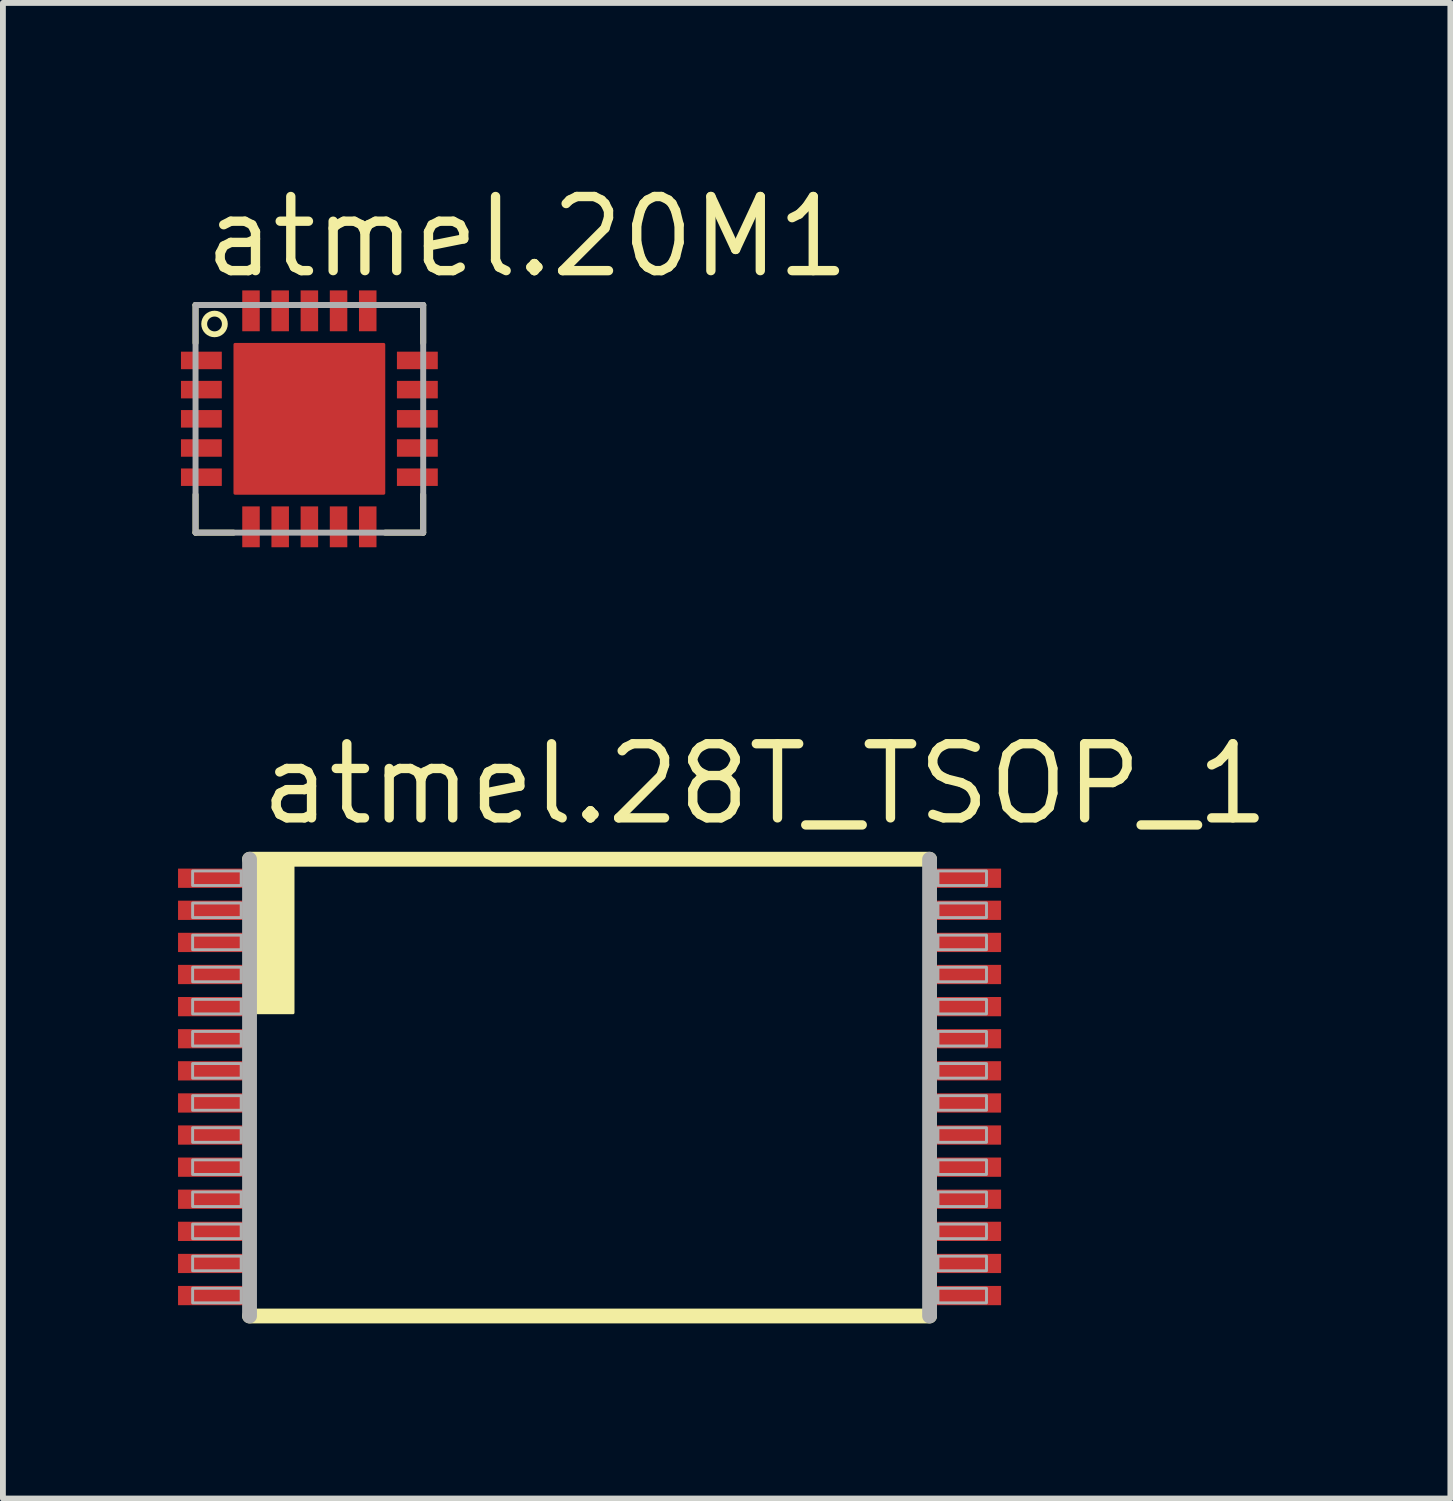
<source format=kicad_pcb>
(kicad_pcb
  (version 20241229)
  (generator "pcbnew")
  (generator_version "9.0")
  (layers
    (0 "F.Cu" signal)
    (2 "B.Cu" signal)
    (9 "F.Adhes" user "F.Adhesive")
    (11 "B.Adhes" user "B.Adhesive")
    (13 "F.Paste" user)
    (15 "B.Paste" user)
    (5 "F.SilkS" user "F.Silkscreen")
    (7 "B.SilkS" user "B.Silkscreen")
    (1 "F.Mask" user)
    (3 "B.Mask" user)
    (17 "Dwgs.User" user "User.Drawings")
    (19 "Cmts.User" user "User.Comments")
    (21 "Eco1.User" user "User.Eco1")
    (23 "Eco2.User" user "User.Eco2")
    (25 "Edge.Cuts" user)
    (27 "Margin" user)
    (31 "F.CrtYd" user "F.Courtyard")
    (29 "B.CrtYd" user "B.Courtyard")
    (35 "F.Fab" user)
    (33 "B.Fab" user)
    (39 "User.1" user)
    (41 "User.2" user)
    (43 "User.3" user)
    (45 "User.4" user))
  (footprint "atmel.20M1"
    (layer "F.Cu")
    (at 2.25 4.125)
    (property "Reference" "atmel.20M1" (at -1.875 -2.375 0) (layer "F.SilkS") (effects (font (size 1.27 1.27) (thickness 0.16)) (justify left bottom)))
    (attr smd)
    (fp_rect (start -2.225 -0.825) (end -1.475 -1.175) (stroke (width 0.05) (type default)) (fill yes) (layer "F.Mask"))
    (fp_rect (start -2.225 -0.325) (end -1.475 -0.675) (stroke (width 0.05) (type default)) (fill yes) (layer "F.Mask"))
    (fp_rect (start -2.225 0.175) (end -1.475 -0.175) (stroke (width 0.05) (type default)) (fill yes) (layer "F.Mask"))
    (fp_rect (start -2.225 0.675) (end -1.475 0.325) (stroke (width 0.05) (type default)) (fill yes) (layer "F.Mask"))
    (fp_rect (start -2.225 1.175) (end -1.475 0.825) (stroke (width 0.05) (type default)) (fill yes) (layer "F.Mask"))
    (fp_rect (start -1.325 1.325) (end 1.325 -1.325) (stroke (width 0.05) (type default)) (fill yes) (layer "F.Mask"))
    (fp_rect (start -1.175 -1.475) (end -0.825 -2.225) (stroke (width 0.05) (type default)) (fill yes) (layer "F.Mask"))
    (fp_rect (start -1.175 2.225) (end -0.825 1.475) (stroke (width 0.05) (type default)) (fill yes) (layer "F.Mask"))
    (fp_rect (start -0.675 -1.475) (end -0.325 -2.225) (stroke (width 0.05) (type default)) (fill yes) (layer "F.Mask"))
    (fp_rect (start -0.675 2.225) (end -0.325 1.475) (stroke (width 0.05) (type default)) (fill yes) (layer "F.Mask"))
    (fp_rect (start -0.175 -1.475) (end 0.175 -2.225) (stroke (width 0.05) (type default)) (fill yes) (layer "F.Mask"))
    (fp_rect (start -0.175 2.225) (end 0.175 1.475) (stroke (width 0.05) (type default)) (fill yes) (layer "F.Mask"))
    (fp_rect (start 0.325 -1.475) (end 0.675 -2.225) (stroke (width 0.05) (type default)) (fill yes) (layer "F.Mask"))
    (fp_rect (start 0.325 2.225) (end 0.675 1.475) (stroke (width 0.05) (type default)) (fill yes) (layer "F.Mask"))
    (fp_rect (start 0.825 -1.475) (end 1.175 -2.225) (stroke (width 0.05) (type default)) (fill yes) (layer "F.Mask"))
    (fp_rect (start 0.825 2.225) (end 1.175 1.475) (stroke (width 0.05) (type default)) (fill yes) (layer "F.Mask"))
    (fp_rect (start 1.475 -0.825) (end 2.225 -1.175) (stroke (width 0.05) (type default)) (fill yes) (layer "F.Mask"))
    (fp_rect (start 1.475 -0.325) (end 2.225 -0.675) (stroke (width 0.05) (type default)) (fill yes) (layer "F.Mask"))
    (fp_rect (start 1.475 0.175) (end 2.225 -0.175) (stroke (width 0.05) (type default)) (fill yes) (layer "F.Mask"))
    (fp_rect (start 1.475 0.675) (end 2.225 0.325) (stroke (width 0.05) (type default)) (fill yes) (layer "F.Mask"))
    (fp_rect (start 1.475 1.175) (end 2.225 0.825) (stroke (width 0.05) (type default)) (fill yes) (layer "F.Mask"))
    (fp_line (start -1.95 -1.95) (end -1.3 -1.95) (stroke (width 0.102) (type default)) (layer "F.SilkS"))
    (fp_line (start -1.95 -1.3) (end -1.95 -1.95) (stroke (width 0.102) (type default)) (layer "F.SilkS"))
    (fp_line (start -1.95 1.95) (end -1.95 1.3) (stroke (width 0.102) (type default)) (layer "F.SilkS"))
    (fp_line (start -1.3 1.95) (end -1.95 1.95) (stroke (width 0.102) (type default)) (layer "F.SilkS"))
    (fp_line (start 1.3 -1.95) (end 1.95 -1.95) (stroke (width 0.102) (type default)) (layer "F.SilkS"))
    (fp_line (start 1.95 -1.95) (end 1.95 -1.3) (stroke (width 0.102) (type default)) (layer "F.SilkS"))
    (fp_line (start 1.95 1.3) (end 1.95 1.95) (stroke (width 0.102) (type default)) (layer "F.SilkS"))
    (fp_line (start 1.95 1.95) (end 1.3 1.95) (stroke (width 0.102) (type default)) (layer "F.SilkS"))
    (fp_circle (center -1.625 -1.625) (end -1.448 -1.625) (stroke (width 0.1) (type default)) (fill no) (layer "F.SilkS"))
    (fp_rect (start -2.175 -0.875) (end -1.525 -1.125) (stroke (width 0.05) (type default)) (fill yes) (layer "F.Paste"))
    (fp_rect (start -2.175 -0.375) (end -1.525 -0.625) (stroke (width 0.05) (type default)) (fill yes) (layer "F.Paste"))
    (fp_rect (start -2.175 0.125) (end -1.525 -0.125) (stroke (width 0.05) (type default)) (fill yes) (layer "F.Paste"))
    (fp_rect (start -2.175 0.625) (end -1.525 0.375) (stroke (width 0.05) (type default)) (fill yes) (layer "F.Paste"))
    (fp_rect (start -2.175 1.125) (end -1.525 0.875) (stroke (width 0.05) (type default)) (fill yes) (layer "F.Paste"))
    (fp_rect (start -1.125 -1.525) (end -0.875 -2.175) (stroke (width 0.05) (type default)) (fill yes) (layer "F.Paste"))
    (fp_rect (start -1.125 1.125) (end 1.125 -1.125) (stroke (width 0.05) (type default)) (fill yes) (layer "F.Paste"))
    (fp_rect (start -1.125 2.175) (end -0.875 1.525) (stroke (width 0.05) (type default)) (fill yes) (layer "F.Paste"))
    (fp_rect (start -0.625 -1.525) (end -0.375 -2.175) (stroke (width 0.05) (type default)) (fill yes) (layer "F.Paste"))
    (fp_rect (start -0.625 2.175) (end -0.375 1.525) (stroke (width 0.05) (type default)) (fill yes) (layer "F.Paste"))
    (fp_rect (start -0.125 -1.525) (end 0.125 -2.175) (stroke (width 0.05) (type default)) (fill yes) (layer "F.Paste"))
    (fp_rect (start -0.125 2.175) (end 0.125 1.525) (stroke (width 0.05) (type default)) (fill yes) (layer "F.Paste"))
    (fp_rect (start 0.375 -1.525) (end 0.625 -2.175) (stroke (width 0.05) (type default)) (fill yes) (layer "F.Paste"))
    (fp_rect (start 0.375 2.175) (end 0.625 1.525) (stroke (width 0.05) (type default)) (fill yes) (layer "F.Paste"))
    (fp_rect (start 0.875 -1.525) (end 1.125 -2.175) (stroke (width 0.05) (type default)) (fill yes) (layer "F.Paste"))
    (fp_rect (start 0.875 2.175) (end 1.125 1.525) (stroke (width 0.05) (type default)) (fill yes) (layer "F.Paste"))
    (fp_rect (start 1.525 -0.875) (end 2.175 -1.125) (stroke (width 0.05) (type default)) (fill yes) (layer "F.Paste"))
    (fp_rect (start 1.525 -0.375) (end 2.175 -0.625) (stroke (width 0.05) (type default)) (fill yes) (layer "F.Paste"))
    (fp_rect (start 1.525 0.125) (end 2.175 -0.125) (stroke (width 0.05) (type default)) (fill yes) (layer "F.Paste"))
    (fp_rect (start 1.525 0.625) (end 2.175 0.375) (stroke (width 0.05) (type default)) (fill yes) (layer "F.Paste"))
    (fp_rect (start 1.525 1.125) (end 2.175 0.875) (stroke (width 0.05) (type default)) (fill yes) (layer "F.Paste"))
    (fp_line (start -1.95 -1.95) (end 1.95 -1.95) (stroke (width 0.102) (type default)) (layer "F.Fab"))
    (fp_line (start -1.95 1.95) (end -1.95 -1.95) (stroke (width 0.102) (type default)) (layer "F.Fab"))
    (fp_line (start 1.95 -1.95) (end 1.95 1.95) (stroke (width 0.102) (type default)) (layer "F.Fab"))
    (fp_line (start 1.95 1.95) (end -1.95 1.95) (stroke (width 0.102) (type default)) (layer "F.Fab"))
    (pad "1" smd roundrect (at -1.85 -1) (size 0.7 0.3) (layers "F.Cu" "F.Mask" "F.Paste") (roundrect_rratio 0.01))
    (pad "2" smd roundrect (at -1.85 -0.5) (size 0.7 0.3) (layers "F.Cu" "F.Mask" "F.Paste") (roundrect_rratio 0.01))
    (pad "3" smd roundrect (at -1.85 0) (size 0.7 0.3) (layers "F.Cu" "F.Mask" "F.Paste") (roundrect_rratio 0.01))
    (pad "4" smd roundrect (at -1.85 0.5) (size 0.7 0.3) (layers "F.Cu" "F.Mask" "F.Paste") (roundrect_rratio 0.01))
    (pad "5" smd roundrect (at -1.85 1) (size 0.7 0.3) (layers "F.Cu" "F.Mask" "F.Paste") (roundrect_rratio 0.01))
    (pad "6" smd roundrect (at -1 1.85 90) (size 0.7 0.3) (layers "F.Cu" "F.Mask" "F.Paste") (roundrect_rratio 0.01))
    (pad "7" smd roundrect (at -0.5 1.85 90) (size 0.7 0.3) (layers "F.Cu" "F.Mask" "F.Paste") (roundrect_rratio 0.01))
    (pad "8" smd roundrect (at 0 1.85 90) (size 0.7 0.3) (layers "F.Cu" "F.Mask" "F.Paste") (roundrect_rratio 0.01))
    (pad "9" smd roundrect (at 0.5 1.85 90) (size 0.7 0.3) (layers "F.Cu" "F.Mask" "F.Paste") (roundrect_rratio 0.01))
    (pad "10" smd roundrect (at 1 1.85 90) (size 0.7 0.3) (layers "F.Cu" "F.Mask" "F.Paste") (roundrect_rratio 0.01))
    (pad "11" smd roundrect (at 1.85 1 180) (size 0.7 0.3) (layers "F.Cu" "F.Mask" "F.Paste") (roundrect_rratio 0.01))
    (pad "12" smd roundrect (at 1.85 0.5 180) (size 0.7 0.3) (layers "F.Cu" "F.Mask" "F.Paste") (roundrect_rratio 0.01))
    (pad "13" smd roundrect (at 1.85 0 180) (size 0.7 0.3) (layers "F.Cu" "F.Mask" "F.Paste") (roundrect_rratio 0.01))
    (pad "14" smd roundrect (at 1.85 -0.5 180) (size 0.7 0.3) (layers "F.Cu" "F.Mask" "F.Paste") (roundrect_rratio 0.01))
    (pad "15" smd roundrect (at 1.85 -1 180) (size 0.7 0.3) (layers "F.Cu" "F.Mask" "F.Paste") (roundrect_rratio 0.01))
    (pad "16" smd roundrect (at 1 -1.85 270) (size 0.7 0.3) (layers "F.Cu" "F.Mask" "F.Paste") (roundrect_rratio 0.01))
    (pad "17" smd roundrect (at 0.5 -1.85 270) (size 0.7 0.3) (layers "F.Cu" "F.Mask" "F.Paste") (roundrect_rratio 0.01))
    (pad "18" smd roundrect (at 0 -1.85 270) (size 0.7 0.3) (layers "F.Cu" "F.Mask" "F.Paste") (roundrect_rratio 0.01))
    (pad "19" smd roundrect (at -0.5 -1.85 270) (size 0.7 0.3) (layers "F.Cu" "F.Mask" "F.Paste") (roundrect_rratio 0.01))
    (pad "20" smd roundrect (at -1 -1.85 270) (size 0.7 0.3) (layers "F.Cu" "F.Mask" "F.Paste") (roundrect_rratio 0.01))
    (pad "21" smd roundrect (at 0 0) (size 2.6 2.6) (layers "F.Cu" "F.Mask" "F.Paste") (roundrect_rratio 0.01)))
  (footprint "atmel.28T_TSOP_1"
    (layer "F.Cu")
    (at 7.05 15.57)
    (property "Reference" "atmel.28T_TSOP_1" (at -5.715 -4.445 0) (layer "F.SilkS") (effects (font (size 1.27 1.27) (thickness 0.16)) (justify left bottom)))
    (attr smd)
    (fp_line (start -5.825 -3.9) (end 5.825 -3.9) (stroke (width 0.254) (type default)) (layer "F.SilkS"))
    (fp_line (start 5.825 3.925) (end -5.825 3.925) (stroke (width 0.254) (type default)) (layer "F.SilkS"))
    (fp_rect (start -5.715 -1.27) (end -5.08 -3.81) (stroke (width 0.05) (type default)) (fill yes) (layer "F.SilkS"))
    (fp_line (start -5.825 3.925) (end -5.825 -3.9) (stroke (width 0.254) (type default)) (layer "F.Fab"))
    (fp_line (start 5.825 -3.9) (end 5.825 3.925) (stroke (width 0.254) (type default)) (layer "F.Fab"))
    (fp_rect (start -6.8 -3.45) (end -5.968 -3.7) (stroke (width 0.05) (type default)) (fill no) (layer "F.Fab"))
    (fp_rect (start -6.8 -2.9) (end -5.968 -3.15) (stroke (width 0.05) (type default)) (fill no) (layer "F.Fab"))
    (fp_rect (start -6.8 -2.35) (end -5.968 -2.6) (stroke (width 0.05) (type default)) (fill no) (layer "F.Fab"))
    (fp_rect (start -6.8 -1.8) (end -5.968 -2.05) (stroke (width 0.05) (type default)) (fill no) (layer "F.Fab"))
    (fp_rect (start -6.8 -1.25) (end -5.968 -1.5) (stroke (width 0.05) (type default)) (fill no) (layer "F.Fab"))
    (fp_rect (start -6.8 -0.7) (end -5.968 -0.95) (stroke (width 0.05) (type default)) (fill no) (layer "F.Fab"))
    (fp_rect (start -6.8 -0.15) (end -5.968 -0.4) (stroke (width 0.05) (type default)) (fill no) (layer "F.Fab"))
    (fp_rect (start -6.8 0.4) (end -5.968 0.15) (stroke (width 0.05) (type default)) (fill no) (layer "F.Fab"))
    (fp_rect (start -6.8 0.95) (end -5.968 0.7) (stroke (width 0.05) (type default)) (fill no) (layer "F.Fab"))
    (fp_rect (start -6.8 1.5) (end -5.968 1.25) (stroke (width 0.05) (type default)) (fill no) (layer "F.Fab"))
    (fp_rect (start -6.8 2.05) (end -5.968 1.8) (stroke (width 0.05) (type default)) (fill no) (layer "F.Fab"))
    (fp_rect (start -6.8 2.6) (end -5.968 2.35) (stroke (width 0.05) (type default)) (fill no) (layer "F.Fab"))
    (fp_rect (start -6.8 3.15) (end -5.968 2.9) (stroke (width 0.05) (type default)) (fill no) (layer "F.Fab"))
    (fp_rect (start -6.8 3.7) (end -5.968 3.45) (stroke (width 0.05) (type default)) (fill no) (layer "F.Fab"))
    (fp_rect (start 5.968 -3.45) (end 6.8 -3.7) (stroke (width 0.05) (type default)) (fill no) (layer "F.Fab"))
    (fp_rect (start 5.968 -2.9) (end 6.8 -3.15) (stroke (width 0.05) (type default)) (fill no) (layer "F.Fab"))
    (fp_rect (start 5.968 -2.35) (end 6.8 -2.6) (stroke (width 0.05) (type default)) (fill no) (layer "F.Fab"))
    (fp_rect (start 5.968 -1.8) (end 6.8 -2.05) (stroke (width 0.05) (type default)) (fill no) (layer "F.Fab"))
    (fp_rect (start 5.968 -1.25) (end 6.8 -1.5) (stroke (width 0.05) (type default)) (fill no) (layer "F.Fab"))
    (fp_rect (start 5.968 -0.7) (end 6.8 -0.95) (stroke (width 0.05) (type default)) (fill no) (layer "F.Fab"))
    (fp_rect (start 5.968 -0.15) (end 6.8 -0.4) (stroke (width 0.05) (type default)) (fill no) (layer "F.Fab"))
    (fp_rect (start 5.968 0.4) (end 6.8 0.15) (stroke (width 0.05) (type default)) (fill no) (layer "F.Fab"))
    (fp_rect (start 5.968 0.95) (end 6.8 0.7) (stroke (width 0.05) (type default)) (fill no) (layer "F.Fab"))
    (fp_rect (start 5.968 1.5) (end 6.8 1.25) (stroke (width 0.05) (type default)) (fill no) (layer "F.Fab"))
    (fp_rect (start 5.968 2.05) (end 6.8 1.8) (stroke (width 0.05) (type default)) (fill no) (layer "F.Fab"))
    (fp_rect (start 5.968 2.6) (end 6.8 2.35) (stroke (width 0.05) (type default)) (fill no) (layer "F.Fab"))
    (fp_rect (start 5.968 3.15) (end 6.8 2.9) (stroke (width 0.05) (type default)) (fill no) (layer "F.Fab"))
    (fp_rect (start 5.968 3.7) (end 6.8 3.45) (stroke (width 0.05) (type default)) (fill no) (layer "F.Fab"))
    (pad "1" smd roundrect (at -6.45 -3.575) (size 1.2 0.33) (layers "F.Cu" "F.Mask" "F.Paste") (roundrect_rratio 0.01))
    (pad "2" smd roundrect (at -6.45 -3.025) (size 1.2 0.33) (layers "F.Cu" "F.Mask" "F.Paste") (roundrect_rratio 0.01))
    (pad "3" smd roundrect (at -6.45 -2.475) (size 1.2 0.33) (layers "F.Cu" "F.Mask" "F.Paste") (roundrect_rratio 0.01))
    (pad "4" smd roundrect (at -6.45 -1.925) (size 1.2 0.33) (layers "F.Cu" "F.Mask" "F.Paste") (roundrect_rratio 0.01))
    (pad "5" smd roundrect (at -6.45 -1.375) (size 1.2 0.33) (layers "F.Cu" "F.Mask" "F.Paste") (roundrect_rratio 0.01))
    (pad "6" smd roundrect (at -6.45 -0.825) (size 1.2 0.33) (layers "F.Cu" "F.Mask" "F.Paste") (roundrect_rratio 0.01))
    (pad "7" smd roundrect (at -6.45 -0.275) (size 1.2 0.33) (layers "F.Cu" "F.Mask" "F.Paste") (roundrect_rratio 0.01))
    (pad "8" smd roundrect (at -6.45 0.275) (size 1.2 0.33) (layers "F.Cu" "F.Mask" "F.Paste") (roundrect_rratio 0.01))
    (pad "9" smd roundrect (at -6.45 0.825) (size 1.2 0.33) (layers "F.Cu" "F.Mask" "F.Paste") (roundrect_rratio 0.01))
    (pad "10" smd roundrect (at -6.45 1.375) (size 1.2 0.33) (layers "F.Cu" "F.Mask" "F.Paste") (roundrect_rratio 0.01))
    (pad "11" smd roundrect (at -6.45 1.925) (size 1.2 0.33) (layers "F.Cu" "F.Mask" "F.Paste") (roundrect_rratio 0.01))
    (pad "12" smd roundrect (at -6.45 2.475) (size 1.2 0.33) (layers "F.Cu" "F.Mask" "F.Paste") (roundrect_rratio 0.01))
    (pad "13" smd roundrect (at -6.45 3.025) (size 1.2 0.33) (layers "F.Cu" "F.Mask" "F.Paste") (roundrect_rratio 0.01))
    (pad "14" smd roundrect (at -6.45 3.575) (size 1.2 0.33) (layers "F.Cu" "F.Mask" "F.Paste") (roundrect_rratio 0.01))
    (pad "15" smd roundrect (at 6.45 3.575 180) (size 1.2 0.33) (layers "F.Cu" "F.Mask" "F.Paste") (roundrect_rratio 0.01))
    (pad "16" smd roundrect (at 6.45 3.025 180) (size 1.2 0.33) (layers "F.Cu" "F.Mask" "F.Paste") (roundrect_rratio 0.01))
    (pad "17" smd roundrect (at 6.45 2.475 180) (size 1.2 0.33) (layers "F.Cu" "F.Mask" "F.Paste") (roundrect_rratio 0.01))
    (pad "18" smd roundrect (at 6.45 1.925 180) (size 1.2 0.33) (layers "F.Cu" "F.Mask" "F.Paste") (roundrect_rratio 0.01))
    (pad "19" smd roundrect (at 6.45 1.375 180) (size 1.2 0.33) (layers "F.Cu" "F.Mask" "F.Paste") (roundrect_rratio 0.01))
    (pad "20" smd roundrect (at 6.45 0.825 180) (size 1.2 0.33) (layers "F.Cu" "F.Mask" "F.Paste") (roundrect_rratio 0.01))
    (pad "21" smd roundrect (at 6.45 0.275 180) (size 1.2 0.33) (layers "F.Cu" "F.Mask" "F.Paste") (roundrect_rratio 0.01))
    (pad "22" smd roundrect (at 6.45 -0.275 180) (size 1.2 0.33) (layers "F.Cu" "F.Mask" "F.Paste") (roundrect_rratio 0.01))
    (pad "23" smd roundrect (at 6.45 -0.825 180) (size 1.2 0.33) (layers "F.Cu" "F.Mask" "F.Paste") (roundrect_rratio 0.01))
    (pad "24" smd roundrect (at 6.45 -1.375 180) (size 1.2 0.33) (layers "F.Cu" "F.Mask" "F.Paste") (roundrect_rratio 0.01))
    (pad "25" smd roundrect (at 6.45 -1.925 180) (size 1.2 0.33) (layers "F.Cu" "F.Mask" "F.Paste") (roundrect_rratio 0.01))
    (pad "26" smd roundrect (at 6.45 -2.475 180) (size 1.2 0.33) (layers "F.Cu" "F.Mask" "F.Paste") (roundrect_rratio 0.01))
    (pad "27" smd roundrect (at 6.45 -3.025 180) (size 1.2 0.33) (layers "F.Cu" "F.Mask" "F.Paste") (roundrect_rratio 0.01))
    (pad "28" smd roundrect (at 6.45 -3.575 180) (size 1.2 0.33) (layers "F.Cu" "F.Mask" "F.Paste") (roundrect_rratio 0.01)))
  (gr_rect
    (start -3 -3)
    (end 21.797 22.622)
    (stroke (width 0.1) (type default))
    (fill no)
    (layer "Edge.Cuts")))
</source>
